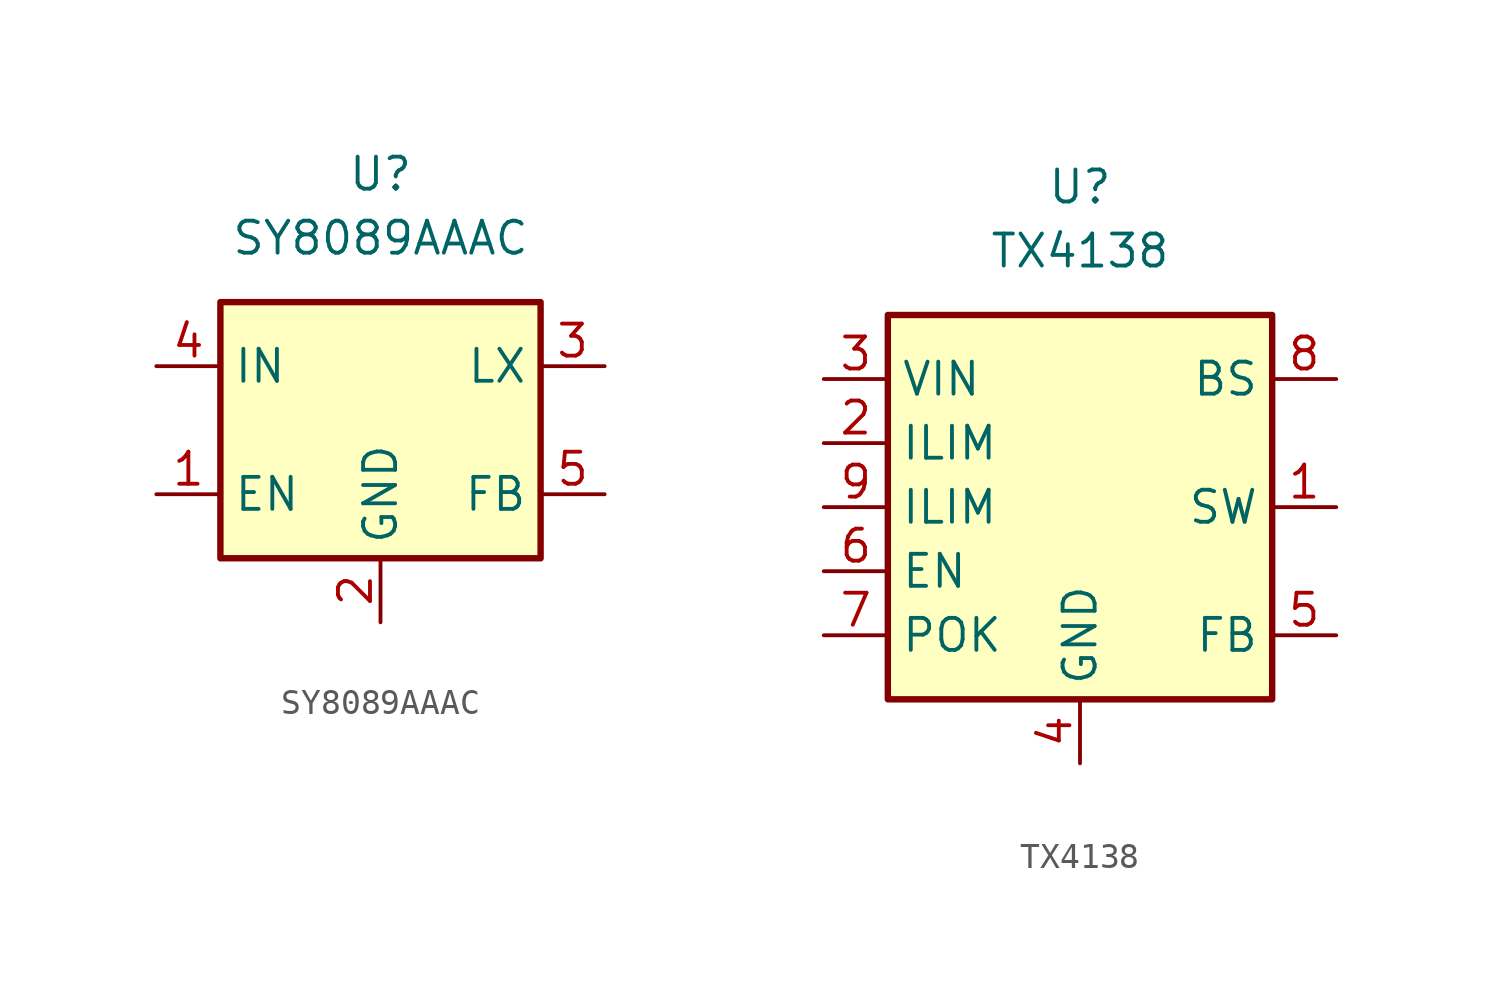
<source format=kicad_sym>
(kicad_symbol_lib
  (version 20211014)
  (generator kicad_symbol_editor)
  (symbol "SY8089AAAC"
    (property "Reference" "U"
      (at 0 10.16 0)
      (effects (font (size 1.27 1.27))))
    (property "Value" "SY8089AAAC"
      (at 0 7.62 0)
      (effects (font (size 1.27 1.27))))
    (symbol "SY8089AAAC_0_1"
      (rectangle (start -6.35 5.08) (end 6.35 -5.08) (stroke (width 0.254) (type default) (color 0 0 0 0)) (fill (type background))))
    (symbol "SY8089AAAC_1_1"
      (pin input line (at -8.89 -2.54 0) (length 2.54) (name "EN" (effects (font (size 1.27 1.27)))) (number "1" (effects (font (size 1.27 1.27)))))
      (pin power_in line (at 0 -7.62 90) (length 2.54) (name "GND" (effects (font (size 1.27 1.27)))) (number "2" (effects (font (size 1.27 1.27)))))
      (pin power_out line (at 8.89 2.54 180) (length 2.54) (name "LX" (effects (font (size 1.27 1.27)))) (number "3" (effects (font (size 1.27 1.27)))))
      (pin power_in line (at -8.89 2.54 0) (length 2.54) (name "IN" (effects (font (size 1.27 1.27)))) (number "4" (effects (font (size 1.27 1.27)))))
      (pin input line (at 8.89 -2.54 180) (length 2.54) (name "FB" (effects (font (size 1.27 1.27)))) (number "5" (effects (font (size 1.27 1.27)))))))
  (symbol "TX4138"
    (property "Reference" "U"
      (at 0 12.7 0)
      (effects (font (size 1.27 1.27))))
    (property "Value" "TX4138"
      (at 0 10.16 0)
      (effects (font (size 1.27 1.27))))
    (symbol "TX4138_0_1"
      (rectangle (start -7.62 7.62) (end 7.62 -7.62) (stroke (width 0.254) (type default) (color 0 0 0 0)) (fill (type background))))
    (symbol "TX4138_1_1"
      (pin power_out line (at 10.16 0 180) (length 2.54) (name "SW" (effects (font (size 1.27 1.27)))) (number "1" (effects (font (size 1.27 1.27)))))
      (pin input line (at -10.16 2.54 0) (length 2.54) (name "ILIM" (effects (font (size 1.27 1.27)))) (number "2" (effects (font (size 1.27 1.27)))))
      (pin power_in line (at -10.16 5.08 0) (length 2.54) (name "VIN" (effects (font (size 1.27 1.27)))) (number "3" (effects (font (size 1.27 1.27)))))
      (pin power_in line (at 0 -10.16 90) (length 2.54) (name "GND" (effects (font (size 1.27 1.27)))) (number "4" (effects (font (size 1.27 1.27)))))
      (pin input line (at 10.16 -5.08 180) (length 2.54) (name "FB" (effects (font (size 1.27 1.27)))) (number "5" (effects (font (size 1.27 1.27)))))
      (pin input line (at -10.16 -2.54 0) (length 2.54) (name "EN" (effects (font (size 1.27 1.27)))) (number "6" (effects (font (size 1.27 1.27)))))
      (pin output line (at -10.16 -5.08 0) (length 2.54) (name "POK" (effects (font (size 1.27 1.27)))) (number "7" (effects (font (size 1.27 1.27)))))
      (pin output line (at 10.16 5.08 180) (length 2.54) (name "BS" (effects (font (size 1.27 1.27)))) (number "8" (effects (font (size 1.27 1.27)))))
      (pin input line (at -10.16 0 0) (length 2.54) (name "ILIM" (effects (font (size 1.27 1.27)))) (number "9" (effects (font (size 1.27 1.27))))))))
</source>
